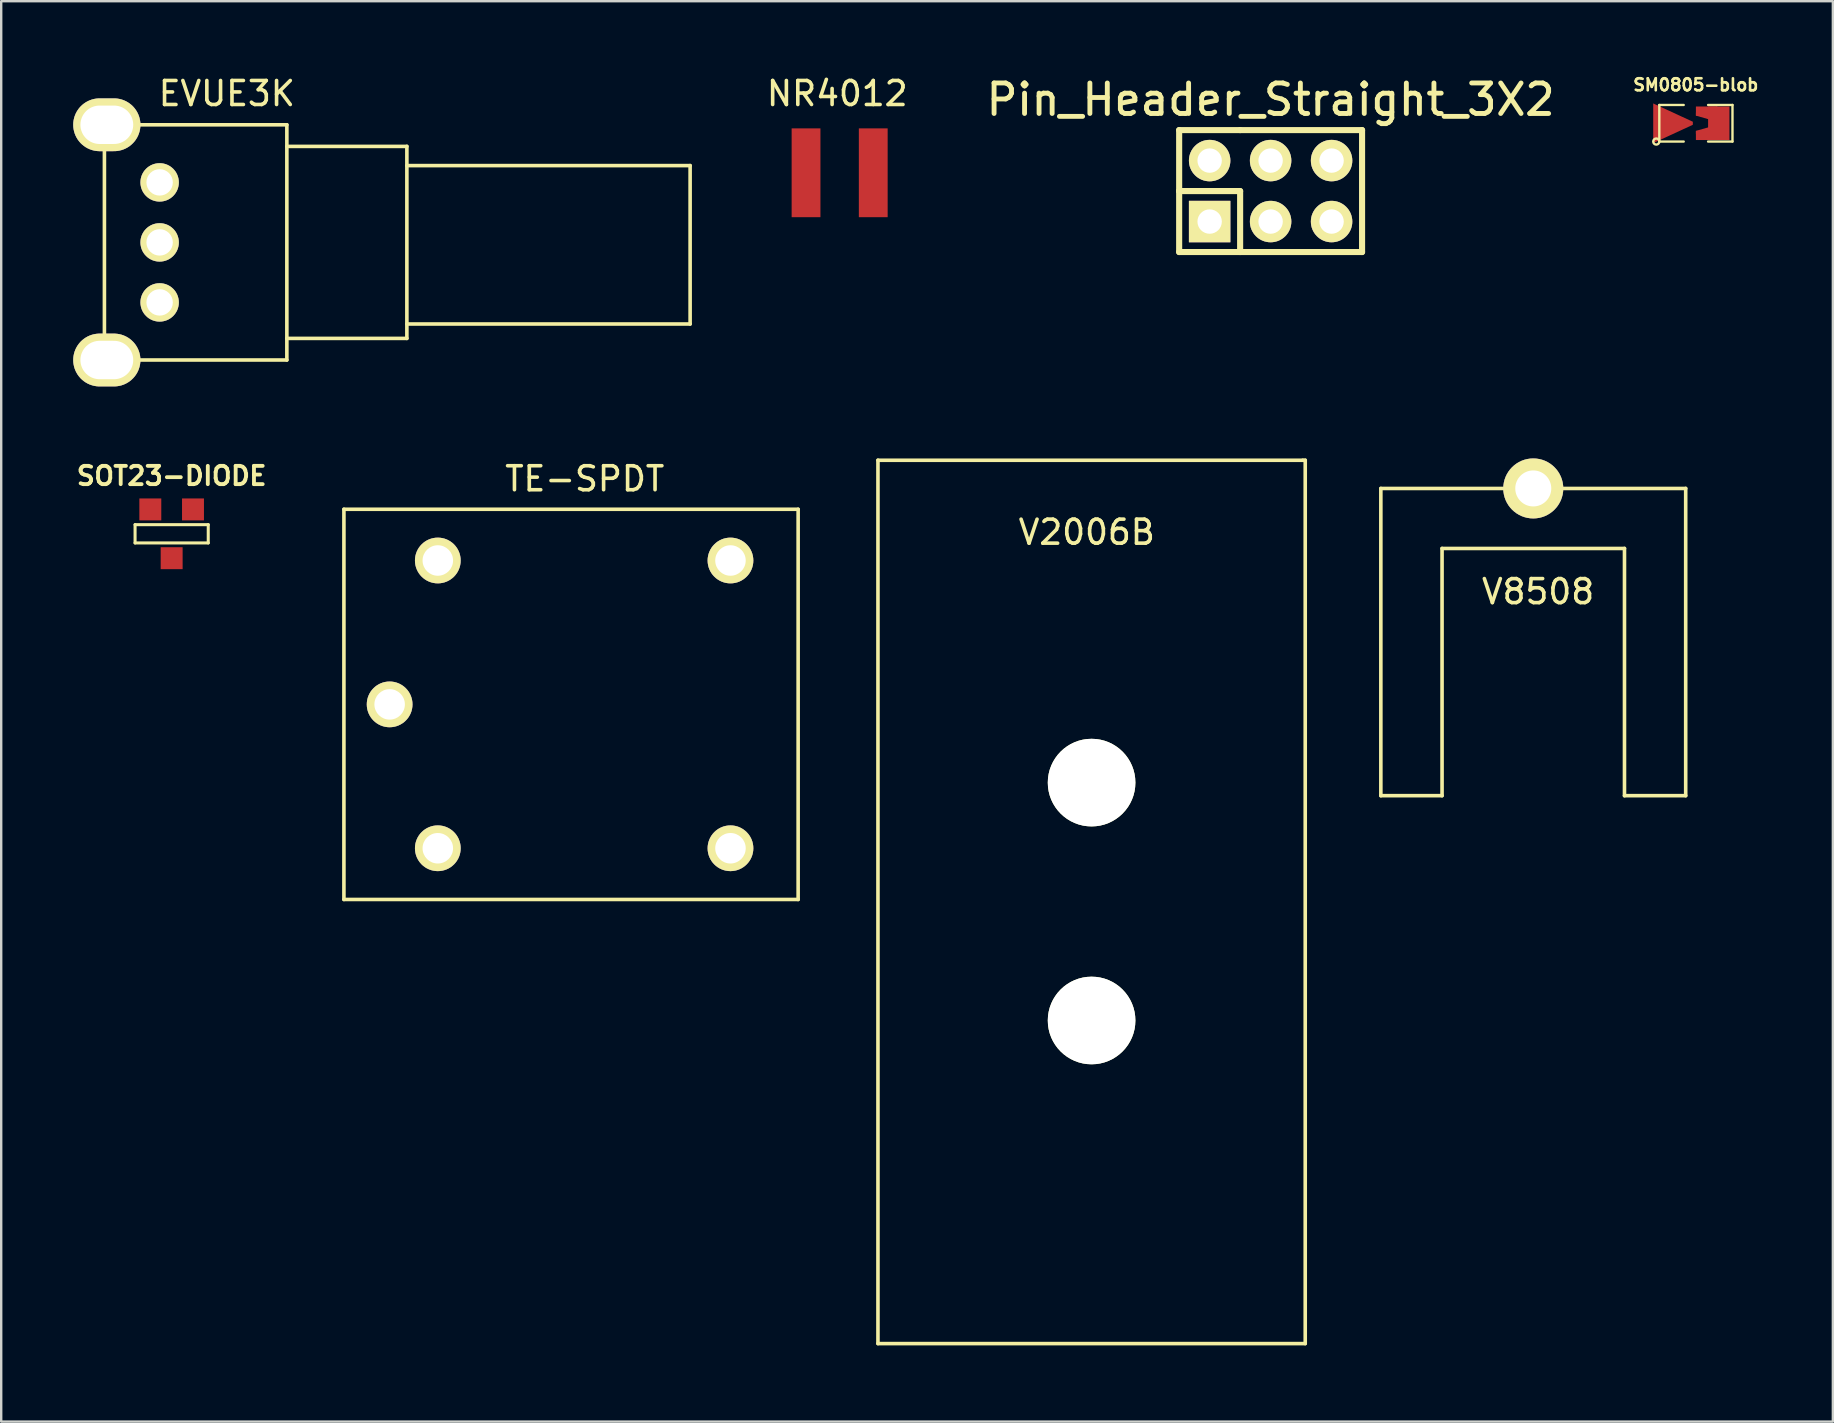
<source format=kicad_pcb>
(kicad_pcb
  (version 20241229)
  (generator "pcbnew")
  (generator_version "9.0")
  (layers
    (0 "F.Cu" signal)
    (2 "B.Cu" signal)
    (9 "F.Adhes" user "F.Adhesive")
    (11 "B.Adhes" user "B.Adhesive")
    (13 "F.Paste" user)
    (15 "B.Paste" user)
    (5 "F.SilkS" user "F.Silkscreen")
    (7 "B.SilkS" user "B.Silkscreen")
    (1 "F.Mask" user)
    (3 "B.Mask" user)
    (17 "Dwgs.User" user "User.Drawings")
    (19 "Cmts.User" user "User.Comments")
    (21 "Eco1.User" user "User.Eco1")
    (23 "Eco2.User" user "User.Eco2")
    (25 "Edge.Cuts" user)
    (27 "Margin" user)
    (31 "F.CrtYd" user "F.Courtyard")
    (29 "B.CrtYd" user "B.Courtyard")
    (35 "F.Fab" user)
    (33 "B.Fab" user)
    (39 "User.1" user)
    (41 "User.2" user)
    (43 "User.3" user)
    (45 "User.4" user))
  (footprint "SOT23-DIODE"
    (layer "F.Cu")
    (at 4.101 19.188)
    (property "Reference" "SOT23-DIODE" (at 0 -2.413 0) (layer "F.SilkS") (effects (font (size 0.762 0.762) (thickness 0.16))))
    (attr smd)
    (fp_line (start -1.524 -0.381) (end 1.524 -0.381) (stroke (width 0.127) (type solid)) (layer "F.SilkS"))
    (fp_line (start -1.524 0.381) (end -1.524 -0.381) (stroke (width 0.127) (type solid)) (layer "F.SilkS"))
    (fp_line (start 1.524 -0.381) (end 1.524 0.381) (stroke (width 0.127) (type solid)) (layer "F.SilkS"))
    (fp_line (start 1.524 0.381) (end -1.524 0.381) (stroke (width 0.127) (type solid)) (layer "F.SilkS"))
    (pad "1" smd rect (at 0.889 -1.016) (size 0.914 0.914) (layers "F.Cu" "F.Mask" "F.Paste"))
    (pad "2" smd rect (at 0 1.016) (size 0.914 0.914) (layers "F.Cu" "F.Mask" "F.Paste"))
    (pad "3" smd rect (at -0.889 -1.016) (size 0.914 0.914) (layers "F.Cu" "F.Mask" "F.Paste")))
  (footprint "Pin_Header_Straight_3X2"
    (layer "F.Cu")
    (at 49.883 4.91)
    (property "Reference" "Pin_Header_Straight_3X2" (at 0 -3.81 0) (layer "F.SilkS") (effects (font (size 1.27 1.27) (thickness 0.203))))
    (attr through_hole)
    (fp_line (start -3.81 -2.54) (end -3.81 0) (stroke (width 0.254) (type solid)) (layer "F.SilkS"))
    (fp_line (start -3.81 0) (end -1.27 0) (stroke (width 0.254) (type solid)) (layer "F.SilkS"))
    (fp_line (start -3.81 2.54) (end -3.81 0) (stroke (width 0.254) (type solid)) (layer "F.SilkS"))
    (fp_line (start -3.81 2.54) (end 3.81 2.54) (stroke (width 0.254) (type solid)) (layer "F.SilkS"))
    (fp_line (start -1.27 -2.54) (end -3.81 -2.54) (stroke (width 0.254) (type solid)) (layer "F.SilkS"))
    (fp_line (start -1.27 0) (end -1.27 2.54) (stroke (width 0.254) (type solid)) (layer "F.SilkS"))
    (fp_line (start 3.81 -2.54) (end -1.27 -2.54) (stroke (width 0.254) (type solid)) (layer "F.SilkS"))
    (fp_line (start 3.81 2.54) (end 3.81 -2.54) (stroke (width 0.254) (type solid)) (layer "F.SilkS"))
    (pad "1" thru_hole rect (at -2.54 1.27) (size 1.727 1.727) (drill 1.016) (layers "*.Cu" "*.Mask" "F.SilkS"))
    (pad "2" thru_hole oval (at -2.54 -1.27) (size 1.727 1.727) (drill 1.016) (layers "*.Cu" "*.Mask" "F.SilkS"))
    (pad "3" thru_hole oval (at 0 1.27) (size 1.727 1.727) (drill 1.016) (layers "*.Cu" "*.Mask" "F.SilkS"))
    (pad "4" thru_hole oval (at 0 -1.27) (size 1.727 1.727) (drill 1.016) (layers "*.Cu" "*.Mask" "F.SilkS"))
    (pad "5" thru_hole oval (at 2.54 1.27) (size 1.727 1.727) (drill 1.016) (layers "*.Cu" "*.Mask" "F.SilkS"))
    (pad "6" thru_hole oval (at 2.54 -1.27) (size 1.727 1.727) (drill 1.016) (layers "*.Cu" "*.Mask" "F.SilkS")))
  (footprint "TE-SPDT"
    (layer "F.Cu")
    (at 13.182 26.294)
    (property "Reference" "TE-SPDT" (at 8.128 -9.398 0) (layer "F.SilkS") (effects (font (size 1 1) (thickness 0.15))))
    (attr through_hole)
    (fp_line (start -1.905 -8.128) (end -1.905 8.128) (stroke (width 0.15) (type solid)) (layer "F.SilkS"))
    (fp_line (start -1.905 8.128) (end 17.018 8.128) (stroke (width 0.15) (type solid)) (layer "F.SilkS"))
    (fp_line (start 17.018 -8.128) (end -1.905 -8.128) (stroke (width 0.15) (type solid)) (layer "F.SilkS"))
    (fp_line (start 17.018 8.128) (end 17.018 -8.128) (stroke (width 0.15) (type solid)) (layer "F.SilkS"))
    (pad "1" thru_hole circle (at 0 0) (size 1.905 1.905) (drill 1.27) (layers "*.Cu" "*.Mask" "F.SilkS"))
    (pad "2" thru_hole circle (at 2.007 -5.994) (size 1.905 1.905) (drill 1.27) (layers "*.Cu" "*.Mask" "F.SilkS"))
    (pad "3" thru_hole circle (at 14.199 -5.994) (size 1.905 1.905) (drill 1.27) (layers "*.Cu" "*.Mask" "F.SilkS"))
    (pad "4" thru_hole circle (at 14.199 5.994) (size 1.905 1.905) (drill 1.27) (layers "*.Cu" "*.Mask" "F.SilkS"))
    (pad "5" thru_hole circle (at 2.007 5.994) (size 1.905 1.905) (drill 1.27) (layers "*.Cu" "*.Mask" "F.SilkS")))
  (footprint "V8508"
    (layer "F.Cu")
    (at 60.825 17.298)
    (property "Reference" "V8508" (at 0.2 4.3 0) (layer "F.SilkS") (effects (font (size 1 1) (thickness 0.15))))
    (attr through_hole)
    (fp_line (start -6.35 0) (end 0.05 0) (stroke (width 0.15) (type solid)) (layer "F.SilkS"))
    (fp_line (start -6.35 12.8) (end -6.35 0) (stroke (width 0.15) (type solid)) (layer "F.SilkS"))
    (fp_line (start -6.35 12.8) (end -3.8 12.8) (stroke (width 0.15) (type solid)) (layer "F.SilkS"))
    (fp_line (start -3.8 2.5) (end -3.8 12.8) (stroke (width 0.15) (type solid)) (layer "F.SilkS"))
    (fp_line (start 0 0) (end 6.35 0) (stroke (width 0.15) (type solid)) (layer "F.SilkS"))
    (fp_line (start 3.8 2.5) (end -3.8 2.5) (stroke (width 0.15) (type solid)) (layer "F.SilkS"))
    (fp_line (start 3.8 12.8) (end 3.8 2.5) (stroke (width 0.15) (type solid)) (layer "F.SilkS"))
    (fp_line (start 6.35 0) (end 6.35 12.8) (stroke (width 0.15) (type solid)) (layer "F.SilkS"))
    (fp_line (start 6.35 12.8) (end 3.8 12.8) (stroke (width 0.15) (type solid)) (layer "F.SilkS"))
    (pad "1" thru_hole circle (at 0 0) (size 2.5 2.5) (drill 1.5) (layers "*.Cu" "*.Mask" "F.SilkS")))
  (footprint "V2006B"
    (layer "F.Cu")
    (at 33.525 52.923)
    (property "Reference" "V2006B" (at 8.7 -33.8 0) (layer "F.SilkS") (effects (font (size 1 1) (thickness 0.15))))
    (attr through_hole)
    (fp_line (start 0 -36.8) (end 0 0) (stroke (width 0.15) (type solid)) (layer "F.SilkS"))
    (fp_line (start 0 0) (end 17.8 0) (stroke (width 0.15) (type solid)) (layer "F.SilkS"))
    (fp_line (start 17.7 -36.8) (end 0 -36.8) (stroke (width 0.15) (type solid)) (layer "F.SilkS"))
    (fp_line (start 17.8 -36.8) (end 17.7 -36.8) (stroke (width 0.15) (type solid)) (layer "F.SilkS"))
    (fp_line (start 17.8 0) (end 17.8 -36.8) (stroke (width 0.15) (type solid)) (layer "F.SilkS"))
    (pad "" np_thru_hole circle (at 8.9 -23.37) (size 3.65 3.65) (drill 3.65) (layers "*.Cu" "*.Mask" "F.SilkS"))
    (pad "" np_thru_hole circle (at 8.9 -13.46) (size 3.65 3.65) (drill 3.65) (layers "*.Cu" "*.Mask" "F.SilkS")))
  (footprint "NR4012"
    (layer "F.Cu")
    (at 30.529 4.148)
    (property "Reference" "NR4012" (at 1.3 -3.3 0) (layer "F.SilkS") (effects (font (size 1 1) (thickness 0.15))))
    (attr through_hole)
    (pad "1" smd rect (at 0 0) (size 1.2 3.7) (layers "F.Cu" "F.Mask" "F.Paste"))
    (pad "2" smd rect (at 2.8 0) (size 1.2 3.7) (layers "F.Cu" "F.Mask" "F.Paste")))
  (footprint "EVUE3K"
    (layer "F.Cu")
    (at 3.6 7.048)
    (property "Reference" "EVUE3K" (at 2.8 -6.2 0) (layer "F.SilkS") (effects (font (size 1 1) (thickness 0.15))))
    (attr through_hole)
    (fp_line (start -2.3 -4.9) (end -2.3 4.9) (stroke (width 0.15) (type solid)) (layer "F.SilkS"))
    (fp_line (start -2.2 4.9) (end 5.3 4.9) (stroke (width 0.15) (type solid)) (layer "F.SilkS"))
    (fp_line (start 5.3 -4.9) (end -2.3 -4.9) (stroke (width 0.15) (type solid)) (layer "F.SilkS"))
    (fp_line (start 5.3 -4) (end 10.3 -4) (stroke (width 0.15) (type solid)) (layer "F.SilkS"))
    (fp_line (start 5.3 4.9) (end 5.3 -4.9) (stroke (width 0.15) (type solid)) (layer "F.SilkS"))
    (fp_line (start 10.3 -4) (end 10.3 4) (stroke (width 0.15) (type solid)) (layer "F.SilkS"))
    (fp_line (start 10.3 -3.2) (end 22.1 -3.2) (stroke (width 0.15) (type solid)) (layer "F.SilkS"))
    (fp_line (start 10.3 4) (end 5.3 4) (stroke (width 0.15) (type solid)) (layer "F.SilkS"))
    (fp_line (start 22.1 -3.2) (end 22.1 3.4) (stroke (width 0.15) (type solid)) (layer "F.SilkS"))
    (fp_line (start 22.1 3.4) (end 10.3 3.4) (stroke (width 0.15) (type solid)) (layer "F.SilkS"))
    (pad "1" thru_hole circle (at 0 2.5) (size 1.6 1.6) (drill 1.1) (layers "*.Cu" "*.Mask" "F.SilkS"))
    (pad "2" thru_hole circle (at 0 0) (size 1.6 1.6) (drill 1.1) (layers "*.Cu" "*.Mask" "F.SilkS"))
    (pad "3" thru_hole circle (at 0 -2.5) (size 1.6 1.6) (drill 1.1) (layers "*.Cu" "*.Mask" "F.SilkS"))
    (pad "4" thru_hole oval (at -2.2 -4.9) (size 2.8 2.2) (drill oval 2.2 1.6) (layers "*.Cu" "*.Mask" "F.SilkS"))
    (pad "4" thru_hole oval (at -2.2 4.9) (size 2.8 2.2) (drill oval 2.2 1.6) (layers "*.Cu" "*.Mask" "F.SilkS")))
  (footprint "SM0805-blob"
    (layer "F.Cu")
    (at 67.6 2.085)
    (property "Reference" "SM0805-blob" (at -0.005 -1.6 0) (layer "F.SilkS") (effects (font (size 0.5 0.5) (thickness 0.109))))
    (attr smd)
    (fp_line (start -1.524 -0.762) (end -0.508 -0.762) (stroke (width 0.099) (type solid)) (layer "F.SilkS"))
    (fp_line (start -1.524 0.762) (end -1.524 -0.762) (stroke (width 0.099) (type solid)) (layer "F.SilkS"))
    (fp_line (start -0.508 0.762) (end -1.524 0.762) (stroke (width 0.099) (type solid)) (layer "F.SilkS"))
    (fp_line (start 0.508 -0.762) (end 1.524 -0.762) (stroke (width 0.099) (type solid)) (layer "F.SilkS"))
    (fp_line (start 1.524 -0.762) (end 1.524 0.762) (stroke (width 0.099) (type solid)) (layer "F.SilkS"))
    (fp_line (start 1.524 0.762) (end 0.508 0.762) (stroke (width 0.099) (type solid)) (layer "F.SilkS"))
    (fp_circle (center -1.651 0.762) (end -1.651 0.635) (stroke (width 0.099) (type solid)) (fill no) (layer "F.SilkS"))
    (pad "1" smd trapezoid (at -0.953 0) (size 1.651 0.889) (rect_delta 0.762 0) (layers "F.Cu" "F.Mask" "F.Paste"))
    (pad "2" smd rect (at 0.445 -0.508 180) (size 0.889 0.381) (layers "F.Cu" "F.Mask" "F.Paste"))
    (pad "2" smd trapezoid (at 0.445 -0.381 180) (size 0.889 0.381) (rect_delta 0.254 0) (layers "F.Cu" "F.Mask" "F.Paste"))
    (pad "2" smd trapezoid (at 0.445 0.381 180) (size 0.889 0.381) (rect_delta 0.254 0) (layers "F.Cu" "F.Mask" "F.Paste"))
    (pad "2" smd rect (at 0.445 0.508 180) (size 0.889 0.381) (layers "F.Cu" "F.Mask" "F.Paste"))
    (pad "2" smd rect (at 0.953 0) (size 0.889 1.397) (layers "F.Cu" "F.Mask" "F.Paste")))
  (gr_rect
    (start -3 -3)
    (end 73.306 56.173)
    (stroke (width 0.1) (type default))
    (fill no)
    (layer "Edge.Cuts")))
</source>
